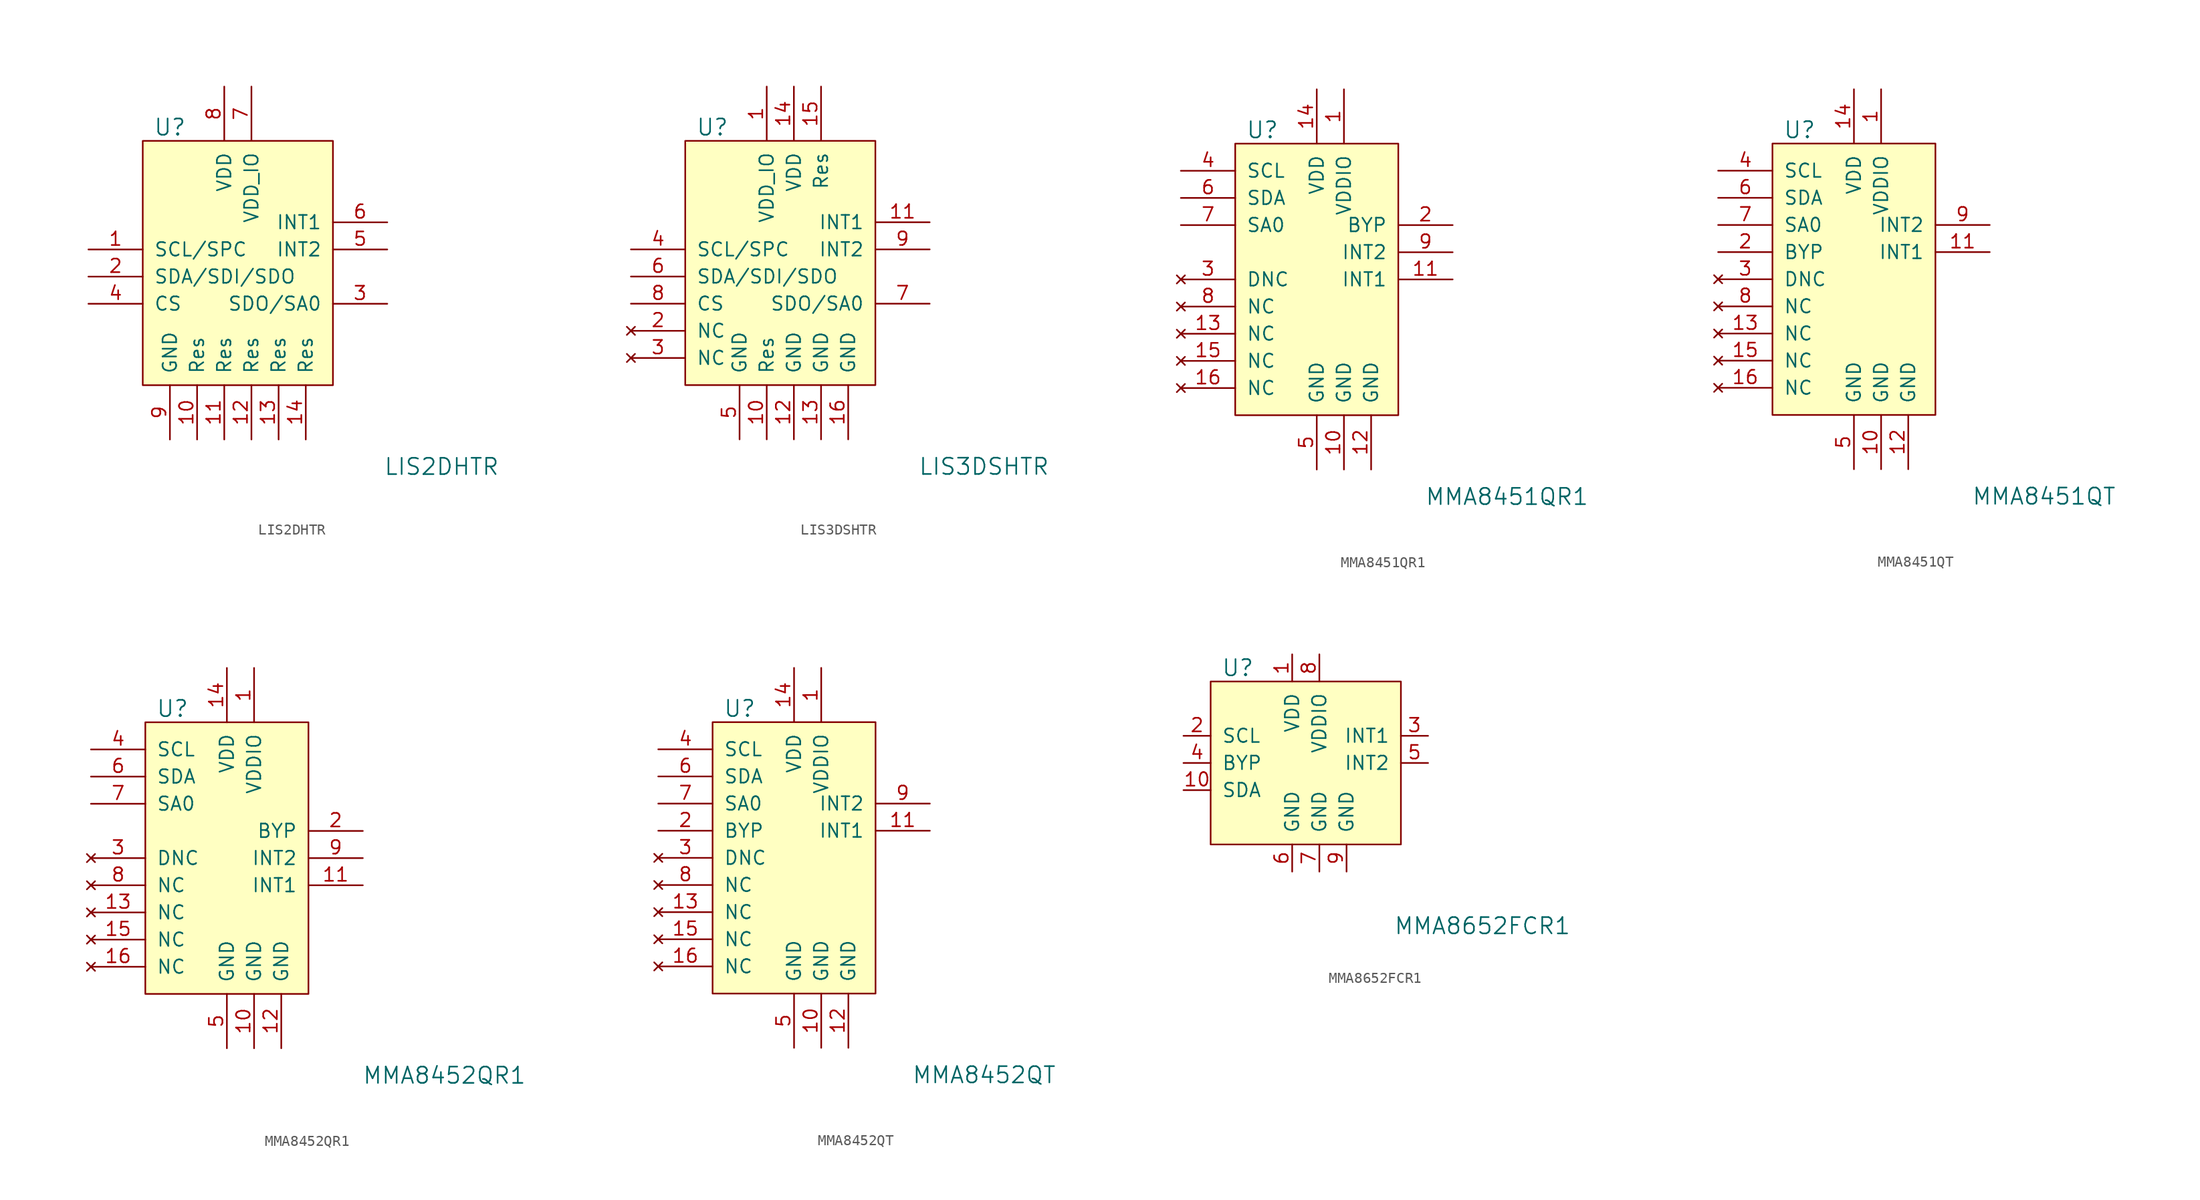
<source format=kicad_sym>
(kicad_symbol_lib
  (version 20201005)
  (generator kicad_symbol_editor)
  (symbol "LIS2DHTR"
    (pin_names
      (offset 1.016))
    (property "Reference" "U"
      (at -7.62 13.97 0)
      (effects (font (size 1.524 1.524))))
    (property "Value" "LIS2DHTR"
      (at 17.78 -17.78 0)
      (effects (font (size 1.524 1.524))))
    (symbol "LIS2DHTR_0_1"
      (rectangle (start -10.16 12.7) (end 7.62 -10.16) (stroke (width 0)) (fill (type background))))
    (symbol "LIS2DHTR_1_1"
      (pin input line (at -15.24 2.54 0) (length 5.08) (name "SCL/SPC" (effects (font (size 1.27 1.27)))) (number "1" (effects (font (size 1.27 1.27)))))
      (pin bidirectional line (at -15.24 0 0) (length 5.08) (name "SDA/SDI/SDO" (effects (font (size 1.27 1.27)))) (number "2" (effects (font (size 1.27 1.27)))))
      (pin output line (at 12.7 -2.54 180) (length 5.08) (name "SDO/SA0" (effects (font (size 1.27 1.27)))) (number "3" (effects (font (size 1.27 1.27)))))
      (pin input line (at -15.24 -2.54 0) (length 5.08) (name "CS" (effects (font (size 1.27 1.27)))) (number "4" (effects (font (size 1.27 1.27)))))
      (pin output line (at 12.7 2.54 180) (length 5.08) (name "INT2" (effects (font (size 1.27 1.27)))) (number "5" (effects (font (size 1.27 1.27)))))
      (pin output line (at 12.7 5.08 180) (length 5.08) (name "INT1" (effects (font (size 1.27 1.27)))) (number "6" (effects (font (size 1.27 1.27)))))
      (pin power_in line (at 0 17.78 270) (length 5.08) (name "VDD_IO" (effects (font (size 1.27 1.27)))) (number "7" (effects (font (size 1.27 1.27)))))
      (pin power_in line (at -2.54 17.78 270) (length 5.08) (name "VDD" (effects (font (size 1.27 1.27)))) (number "8" (effects (font (size 1.27 1.27)))))
      (pin power_in line (at -7.62 -15.24 90) (length 5.08) (name "GND" (effects (font (size 1.27 1.27)))) (number "9" (effects (font (size 1.27 1.27)))))
      (pin power_in line (at -5.08 -15.24 90) (length 5.08) (name "Res" (effects (font (size 1.27 1.27)))) (number "10" (effects (font (size 1.27 1.27)))))
      (pin power_in line (at -2.54 -15.24 90) (length 5.08) (name "Res" (effects (font (size 1.27 1.27)))) (number "11" (effects (font (size 1.27 1.27)))))
      (pin power_in line (at 0 -15.24 90) (length 5.08) (name "Res" (effects (font (size 1.27 1.27)))) (number "12" (effects (font (size 1.27 1.27)))))
      (pin power_in line (at 2.54 -15.24 90) (length 5.08) (name "Res" (effects (font (size 1.27 1.27)))) (number "13" (effects (font (size 1.27 1.27)))))
      (pin power_in line (at 5.08 -15.24 90) (length 5.08) (name "Res" (effects (font (size 1.27 1.27)))) (number "14" (effects (font (size 1.27 1.27)))))))
  (symbol "LIS3DSHTR"
    (pin_names
      (offset 1.016))
    (property "Reference" "U"
      (at -7.62 13.97 0)
      (effects (font (size 1.524 1.524))))
    (property "Value" "LIS3DSHTR"
      (at 17.78 -17.78 0)
      (effects (font (size 1.524 1.524))))
    (symbol "LIS3DSHTR_0_1"
      (rectangle (start -10.16 12.7) (end 7.62 -10.16) (stroke (width 0)) (fill (type background))))
    (symbol "LIS3DSHTR_1_1"
      (pin power_in line (at -2.54 17.78 270) (length 5.08) (name "VDD_IO" (effects (font (size 1.27 1.27)))) (number "1" (effects (font (size 1.27 1.27)))))
      (pin no_connect line (at -15.24 -5.08 0) (length 5.08) (name "NC" (effects (font (size 1.27 1.27)))) (number "2" (effects (font (size 1.27 1.27)))))
      (pin no_connect line (at -15.24 -7.62 0) (length 5.08) (name "NC" (effects (font (size 1.27 1.27)))) (number "3" (effects (font (size 1.27 1.27)))))
      (pin input line (at -15.24 2.54 0) (length 5.08) (name "SCL/SPC" (effects (font (size 1.27 1.27)))) (number "4" (effects (font (size 1.27 1.27)))))
      (pin power_in line (at -5.08 -15.24 90) (length 5.08) (name "GND" (effects (font (size 1.27 1.27)))) (number "5" (effects (font (size 1.27 1.27)))))
      (pin bidirectional line (at -15.24 0 0) (length 5.08) (name "SDA/SDI/SDO" (effects (font (size 1.27 1.27)))) (number "6" (effects (font (size 1.27 1.27)))))
      (pin output line (at 12.7 -2.54 180) (length 5.08) (name "SDO/SA0" (effects (font (size 1.27 1.27)))) (number "7" (effects (font (size 1.27 1.27)))))
      (pin input line (at -15.24 -2.54 0) (length 5.08) (name "CS" (effects (font (size 1.27 1.27)))) (number "8" (effects (font (size 1.27 1.27)))))
      (pin output line (at 12.7 2.54 180) (length 5.08) (name "INT2" (effects (font (size 1.27 1.27)))) (number "9" (effects (font (size 1.27 1.27)))))
      (pin power_in line (at -2.54 -15.24 90) (length 5.08) (name "Res" (effects (font (size 1.27 1.27)))) (number "10" (effects (font (size 1.27 1.27)))))
      (pin output line (at 12.7 5.08 180) (length 5.08) (name "INT1" (effects (font (size 1.27 1.27)))) (number "11" (effects (font (size 1.27 1.27)))))
      (pin power_in line (at 0 -15.24 90) (length 5.08) (name "GND" (effects (font (size 1.27 1.27)))) (number "12" (effects (font (size 1.27 1.27)))))
      (pin power_in line (at 2.54 -15.24 90) (length 5.08) (name "GND" (effects (font (size 1.27 1.27)))) (number "13" (effects (font (size 1.27 1.27)))))
      (pin power_in line (at 0 17.78 270) (length 5.08) (name "VDD" (effects (font (size 1.27 1.27)))) (number "14" (effects (font (size 1.27 1.27)))))
      (pin power_in line (at 2.54 17.78 270) (length 5.08) (name "Res" (effects (font (size 1.27 1.27)))) (number "15" (effects (font (size 1.27 1.27)))))
      (pin power_in line (at 5.08 -15.24 90) (length 5.08) (name "GND" (effects (font (size 1.27 1.27)))) (number "16" (effects (font (size 1.27 1.27)))))))
  (symbol "MMA8451QR1"
    (pin_names
      (offset 1.016))
    (property "Reference" "U"
      (at -5.08 13.97 0)
      (effects (font (size 1.524 1.524))))
    (property "Value" "MMA8451QR1"
      (at 17.78 -20.32 0)
      (effects (font (size 1.524 1.524))))
    (symbol "MMA8451QR1_0_1"
      (rectangle (start -7.62 12.7) (end 7.62 -12.7) (stroke (width 0)) (fill (type background))))
    (symbol "MMA8451QR1_1_1"
      (pin power_in line (at 2.54 17.78 270) (length 5.08) (name "VDDIO" (effects (font (size 1.27 1.27)))) (number "1" (effects (font (size 1.27 1.27)))))
      (pin output line (at 12.7 5.08 180) (length 5.08) (name "BYP" (effects (font (size 1.27 1.27)))) (number "2" (effects (font (size 1.27 1.27)))))
      (pin no_connect line (at -12.7 0 0) (length 5.08) (name "DNC" (effects (font (size 1.27 1.27)))) (number "3" (effects (font (size 1.27 1.27)))))
      (pin bidirectional line (at -12.7 10.16 0) (length 5.08) (name "SCL" (effects (font (size 1.27 1.27)))) (number "4" (effects (font (size 1.27 1.27)))))
      (pin power_in line (at 0 -17.78 90) (length 5.08) (name "GND" (effects (font (size 1.27 1.27)))) (number "5" (effects (font (size 1.27 1.27)))))
      (pin bidirectional line (at -12.7 7.62 0) (length 5.08) (name "SDA" (effects (font (size 1.27 1.27)))) (number "6" (effects (font (size 1.27 1.27)))))
      (pin bidirectional line (at -12.7 5.08 0) (length 5.08) (name "SA0" (effects (font (size 1.27 1.27)))) (number "7" (effects (font (size 1.27 1.27)))))
      (pin no_connect line (at -12.7 -2.54 0) (length 5.08) (name "NC" (effects (font (size 1.27 1.27)))) (number "8" (effects (font (size 1.27 1.27)))))
      (pin output line (at 12.7 2.54 180) (length 5.08) (name "INT2" (effects (font (size 1.27 1.27)))) (number "9" (effects (font (size 1.27 1.27)))))
      (pin power_in line (at 2.54 -17.78 90) (length 5.08) (name "GND" (effects (font (size 1.27 1.27)))) (number "10" (effects (font (size 1.27 1.27)))))
      (pin output line (at 12.7 0 180) (length 5.08) (name "INT1" (effects (font (size 1.27 1.27)))) (number "11" (effects (font (size 1.27 1.27)))))
      (pin power_in line (at 5.08 -17.78 90) (length 5.08) (name "GND" (effects (font (size 1.27 1.27)))) (number "12" (effects (font (size 1.27 1.27)))))
      (pin no_connect line (at -12.7 -5.08 0) (length 5.08) (name "NC" (effects (font (size 1.27 1.27)))) (number "13" (effects (font (size 1.27 1.27)))))
      (pin power_in line (at 0 17.78 270) (length 5.08) (name "VDD" (effects (font (size 1.27 1.27)))) (number "14" (effects (font (size 1.27 1.27)))))
      (pin no_connect line (at -12.7 -7.62 0) (length 5.08) (name "NC" (effects (font (size 1.27 1.27)))) (number "15" (effects (font (size 1.27 1.27)))))
      (pin no_connect line (at -12.7 -10.16 0) (length 5.08) (name "NC" (effects (font (size 1.27 1.27)))) (number "16" (effects (font (size 1.27 1.27)))))))
  (symbol "MMA8451QT"
    (pin_names
      (offset 1.016))
    (property "Reference" "U"
      (at -5.08 13.97 0)
      (effects (font (size 1.524 1.524))))
    (property "Value" "MMA8451QT"
      (at 17.78 -20.32 0)
      (effects (font (size 1.524 1.524))))
    (symbol "MMA8451QT_0_1"
      (rectangle (start -7.62 12.7) (end 7.62 -12.7) (stroke (width 0)) (fill (type background))))
    (symbol "MMA8451QT_1_1"
      (pin power_in line (at 2.54 17.78 270) (length 5.08) (name "VDDIO" (effects (font (size 1.27 1.27)))) (number "1" (effects (font (size 1.27 1.27)))))
      (pin input line (at -12.7 2.54 0) (length 5.08) (name "BYP" (effects (font (size 1.27 1.27)))) (number "2" (effects (font (size 1.27 1.27)))))
      (pin no_connect line (at -12.7 0 0) (length 5.08) (name "DNC" (effects (font (size 1.27 1.27)))) (number "3" (effects (font (size 1.27 1.27)))))
      (pin bidirectional line (at -12.7 10.16 0) (length 5.08) (name "SCL" (effects (font (size 1.27 1.27)))) (number "4" (effects (font (size 1.27 1.27)))))
      (pin power_in line (at 0 -17.78 90) (length 5.08) (name "GND" (effects (font (size 1.27 1.27)))) (number "5" (effects (font (size 1.27 1.27)))))
      (pin bidirectional line (at -12.7 7.62 0) (length 5.08) (name "SDA" (effects (font (size 1.27 1.27)))) (number "6" (effects (font (size 1.27 1.27)))))
      (pin bidirectional line (at -12.7 5.08 0) (length 5.08) (name "SA0" (effects (font (size 1.27 1.27)))) (number "7" (effects (font (size 1.27 1.27)))))
      (pin no_connect line (at -12.7 -2.54 0) (length 5.08) (name "NC" (effects (font (size 1.27 1.27)))) (number "8" (effects (font (size 1.27 1.27)))))
      (pin output line (at 12.7 5.08 180) (length 5.08) (name "INT2" (effects (font (size 1.27 1.27)))) (number "9" (effects (font (size 1.27 1.27)))))
      (pin power_in line (at 2.54 -17.78 90) (length 5.08) (name "GND" (effects (font (size 1.27 1.27)))) (number "10" (effects (font (size 1.27 1.27)))))
      (pin output line (at 12.7 2.54 180) (length 5.08) (name "INT1" (effects (font (size 1.27 1.27)))) (number "11" (effects (font (size 1.27 1.27)))))
      (pin power_in line (at 5.08 -17.78 90) (length 5.08) (name "GND" (effects (font (size 1.27 1.27)))) (number "12" (effects (font (size 1.27 1.27)))))
      (pin no_connect line (at -12.7 -5.08 0) (length 5.08) (name "NC" (effects (font (size 1.27 1.27)))) (number "13" (effects (font (size 1.27 1.27)))))
      (pin power_in line (at 0 17.78 270) (length 5.08) (name "VDD" (effects (font (size 1.27 1.27)))) (number "14" (effects (font (size 1.27 1.27)))))
      (pin no_connect line (at -12.7 -7.62 0) (length 5.08) (name "NC" (effects (font (size 1.27 1.27)))) (number "15" (effects (font (size 1.27 1.27)))))
      (pin no_connect line (at -12.7 -10.16 0) (length 5.08) (name "NC" (effects (font (size 1.27 1.27)))) (number "16" (effects (font (size 1.27 1.27)))))))
  (symbol "MMA8452QR1"
    (pin_names
      (offset 1.016))
    (property "Reference" "U"
      (at -5.08 13.97 0)
      (effects (font (size 1.524 1.524))))
    (property "Value" "MMA8452QR1"
      (at 20.32 -20.32 0)
      (effects (font (size 1.524 1.524))))
    (symbol "MMA8452QR1_0_1"
      (rectangle (start -7.62 12.7) (end 7.62 -12.7) (stroke (width 0)) (fill (type background))))
    (symbol "MMA8452QR1_1_1"
      (pin power_in line (at 2.54 17.78 270) (length 5.08) (name "VDDIO" (effects (font (size 1.27 1.27)))) (number "1" (effects (font (size 1.27 1.27)))))
      (pin output line (at 12.7 2.54 180) (length 5.08) (name "BYP" (effects (font (size 1.27 1.27)))) (number "2" (effects (font (size 1.27 1.27)))))
      (pin no_connect line (at -12.7 0 0) (length 5.08) (name "DNC" (effects (font (size 1.27 1.27)))) (number "3" (effects (font (size 1.27 1.27)))))
      (pin bidirectional line (at -12.7 10.16 0) (length 5.08) (name "SCL" (effects (font (size 1.27 1.27)))) (number "4" (effects (font (size 1.27 1.27)))))
      (pin power_in line (at 0 -17.78 90) (length 5.08) (name "GND" (effects (font (size 1.27 1.27)))) (number "5" (effects (font (size 1.27 1.27)))))
      (pin bidirectional line (at -12.7 7.62 0) (length 5.08) (name "SDA" (effects (font (size 1.27 1.27)))) (number "6" (effects (font (size 1.27 1.27)))))
      (pin bidirectional line (at -12.7 5.08 0) (length 5.08) (name "SA0" (effects (font (size 1.27 1.27)))) (number "7" (effects (font (size 1.27 1.27)))))
      (pin no_connect line (at -12.7 -2.54 0) (length 5.08) (name "NC" (effects (font (size 1.27 1.27)))) (number "8" (effects (font (size 1.27 1.27)))))
      (pin power_out line (at 12.7 0 180) (length 5.08) (name "INT2" (effects (font (size 1.27 1.27)))) (number "9" (effects (font (size 1.27 1.27)))))
      (pin power_in line (at 2.54 -17.78 90) (length 5.08) (name "GND" (effects (font (size 1.27 1.27)))) (number "10" (effects (font (size 1.27 1.27)))))
      (pin output line (at 12.7 -2.54 180) (length 5.08) (name "INT1" (effects (font (size 1.27 1.27)))) (number "11" (effects (font (size 1.27 1.27)))))
      (pin power_in line (at 5.08 -17.78 90) (length 5.08) (name "GND" (effects (font (size 1.27 1.27)))) (number "12" (effects (font (size 1.27 1.27)))))
      (pin no_connect line (at -12.7 -5.08 0) (length 5.08) (name "NC" (effects (font (size 1.27 1.27)))) (number "13" (effects (font (size 1.27 1.27)))))
      (pin power_in line (at 0 17.78 270) (length 5.08) (name "VDD" (effects (font (size 1.27 1.27)))) (number "14" (effects (font (size 1.27 1.27)))))
      (pin no_connect line (at -12.7 -7.62 0) (length 5.08) (name "NC" (effects (font (size 1.27 1.27)))) (number "15" (effects (font (size 1.27 1.27)))))
      (pin no_connect line (at -12.7 -10.16 0) (length 5.08) (name "NC" (effects (font (size 1.27 1.27)))) (number "16" (effects (font (size 1.27 1.27)))))))
  (symbol "MMA8452QT"
    (pin_names
      (offset 1.016))
    (property "Reference" "U"
      (at -5.08 13.97 0)
      (effects (font (size 1.524 1.524))))
    (property "Value" "MMA8452QT"
      (at 17.78 -20.32 0)
      (effects (font (size 1.524 1.524))))
    (symbol "MMA8452QT_0_1"
      (rectangle (start -7.62 12.7) (end 7.62 -12.7) (stroke (width 0)) (fill (type background))))
    (symbol "MMA8452QT_1_1"
      (pin power_in line (at 2.54 17.78 270) (length 5.08) (name "VDDIO" (effects (font (size 1.27 1.27)))) (number "1" (effects (font (size 1.27 1.27)))))
      (pin unspecified line (at -12.7 2.54 0) (length 5.08) (name "BYP" (effects (font (size 1.27 1.27)))) (number "2" (effects (font (size 1.27 1.27)))))
      (pin no_connect line (at -12.7 0 0) (length 5.08) (name "DNC" (effects (font (size 1.27 1.27)))) (number "3" (effects (font (size 1.27 1.27)))))
      (pin bidirectional line (at -12.7 10.16 0) (length 5.08) (name "SCL" (effects (font (size 1.27 1.27)))) (number "4" (effects (font (size 1.27 1.27)))))
      (pin power_in line (at 0 -17.78 90) (length 5.08) (name "GND" (effects (font (size 1.27 1.27)))) (number "5" (effects (font (size 1.27 1.27)))))
      (pin bidirectional line (at -12.7 7.62 0) (length 5.08) (name "SDA" (effects (font (size 1.27 1.27)))) (number "6" (effects (font (size 1.27 1.27)))))
      (pin bidirectional line (at -12.7 5.08 0) (length 5.08) (name "SA0" (effects (font (size 1.27 1.27)))) (number "7" (effects (font (size 1.27 1.27)))))
      (pin no_connect line (at -12.7 -2.54 0) (length 5.08) (name "NC" (effects (font (size 1.27 1.27)))) (number "8" (effects (font (size 1.27 1.27)))))
      (pin input line (at 12.7 5.08 180) (length 5.08) (name "INT2" (effects (font (size 1.27 1.27)))) (number "9" (effects (font (size 1.27 1.27)))))
      (pin power_in line (at 2.54 -17.78 90) (length 5.08) (name "GND" (effects (font (size 1.27 1.27)))) (number "10" (effects (font (size 1.27 1.27)))))
      (pin input line (at 12.7 2.54 180) (length 5.08) (name "INT1" (effects (font (size 1.27 1.27)))) (number "11" (effects (font (size 1.27 1.27)))))
      (pin power_in line (at 5.08 -17.78 90) (length 5.08) (name "GND" (effects (font (size 1.27 1.27)))) (number "12" (effects (font (size 1.27 1.27)))))
      (pin no_connect line (at -12.7 -5.08 0) (length 5.08) (name "NC" (effects (font (size 1.27 1.27)))) (number "13" (effects (font (size 1.27 1.27)))))
      (pin power_in line (at 0 17.78 270) (length 5.08) (name "VDD" (effects (font (size 1.27 1.27)))) (number "14" (effects (font (size 1.27 1.27)))))
      (pin no_connect line (at -12.7 -7.62 0) (length 5.08) (name "NC" (effects (font (size 1.27 1.27)))) (number "15" (effects (font (size 1.27 1.27)))))
      (pin no_connect line (at -12.7 -10.16 0) (length 5.08) (name "NC" (effects (font (size 1.27 1.27)))) (number "16" (effects (font (size 1.27 1.27)))))))
  (symbol "MMA8652FCR1"
    (pin_names
      (offset 1.016))
    (property "Reference" "U"
      (at -5.08 8.89 0)
      (effects (font (size 1.524 1.524))))
    (property "Value" "MMA8652FCR1"
      (at 17.78 -15.24 0)
      (effects (font (size 1.524 1.524))))
    (symbol "MMA8652FCR1_0_1"
      (rectangle (start -7.62 7.62) (end 10.16 -7.62) (stroke (width 0)) (fill (type background))))
    (symbol "MMA8652FCR1_1_1"
      (pin input line (at 0 10.16 270) (length 2.54) (name "VDD" (effects (font (size 1.27 1.27)))) (number "1" (effects (font (size 1.27 1.27)))))
      (pin input line (at -10.16 2.54 0) (length 2.54) (name "SCL" (effects (font (size 1.27 1.27)))) (number "2" (effects (font (size 1.27 1.27)))))
      (pin output line (at 12.7 2.54 180) (length 2.54) (name "INT1" (effects (font (size 1.27 1.27)))) (number "3" (effects (font (size 1.27 1.27)))))
      (pin bidirectional line (at -10.16 0 0) (length 2.54) (name "BYP" (effects (font (size 1.27 1.27)))) (number "4" (effects (font (size 1.27 1.27)))))
      (pin output line (at 12.7 0 180) (length 2.54) (name "INT2" (effects (font (size 1.27 1.27)))) (number "5" (effects (font (size 1.27 1.27)))))
      (pin power_in line (at 0 -10.16 90) (length 2.54) (name "GND" (effects (font (size 1.27 1.27)))) (number "6" (effects (font (size 1.27 1.27)))))
      (pin power_in line (at 2.54 -10.16 90) (length 2.54) (name "GND" (effects (font (size 1.27 1.27)))) (number "7" (effects (font (size 1.27 1.27)))))
      (pin input line (at 2.54 10.16 270) (length 2.54) (name "VDDIO" (effects (font (size 1.27 1.27)))) (number "8" (effects (font (size 1.27 1.27)))))
      (pin power_in line (at 5.08 -10.16 90) (length 2.54) (name "GND" (effects (font (size 1.27 1.27)))) (number "9" (effects (font (size 1.27 1.27)))))
      (pin bidirectional line (at -10.16 -2.54 0) (length 2.54) (name "SDA" (effects (font (size 1.27 1.27)))) (number "10" (effects (font (size 1.27 1.27))))))))
</source>
